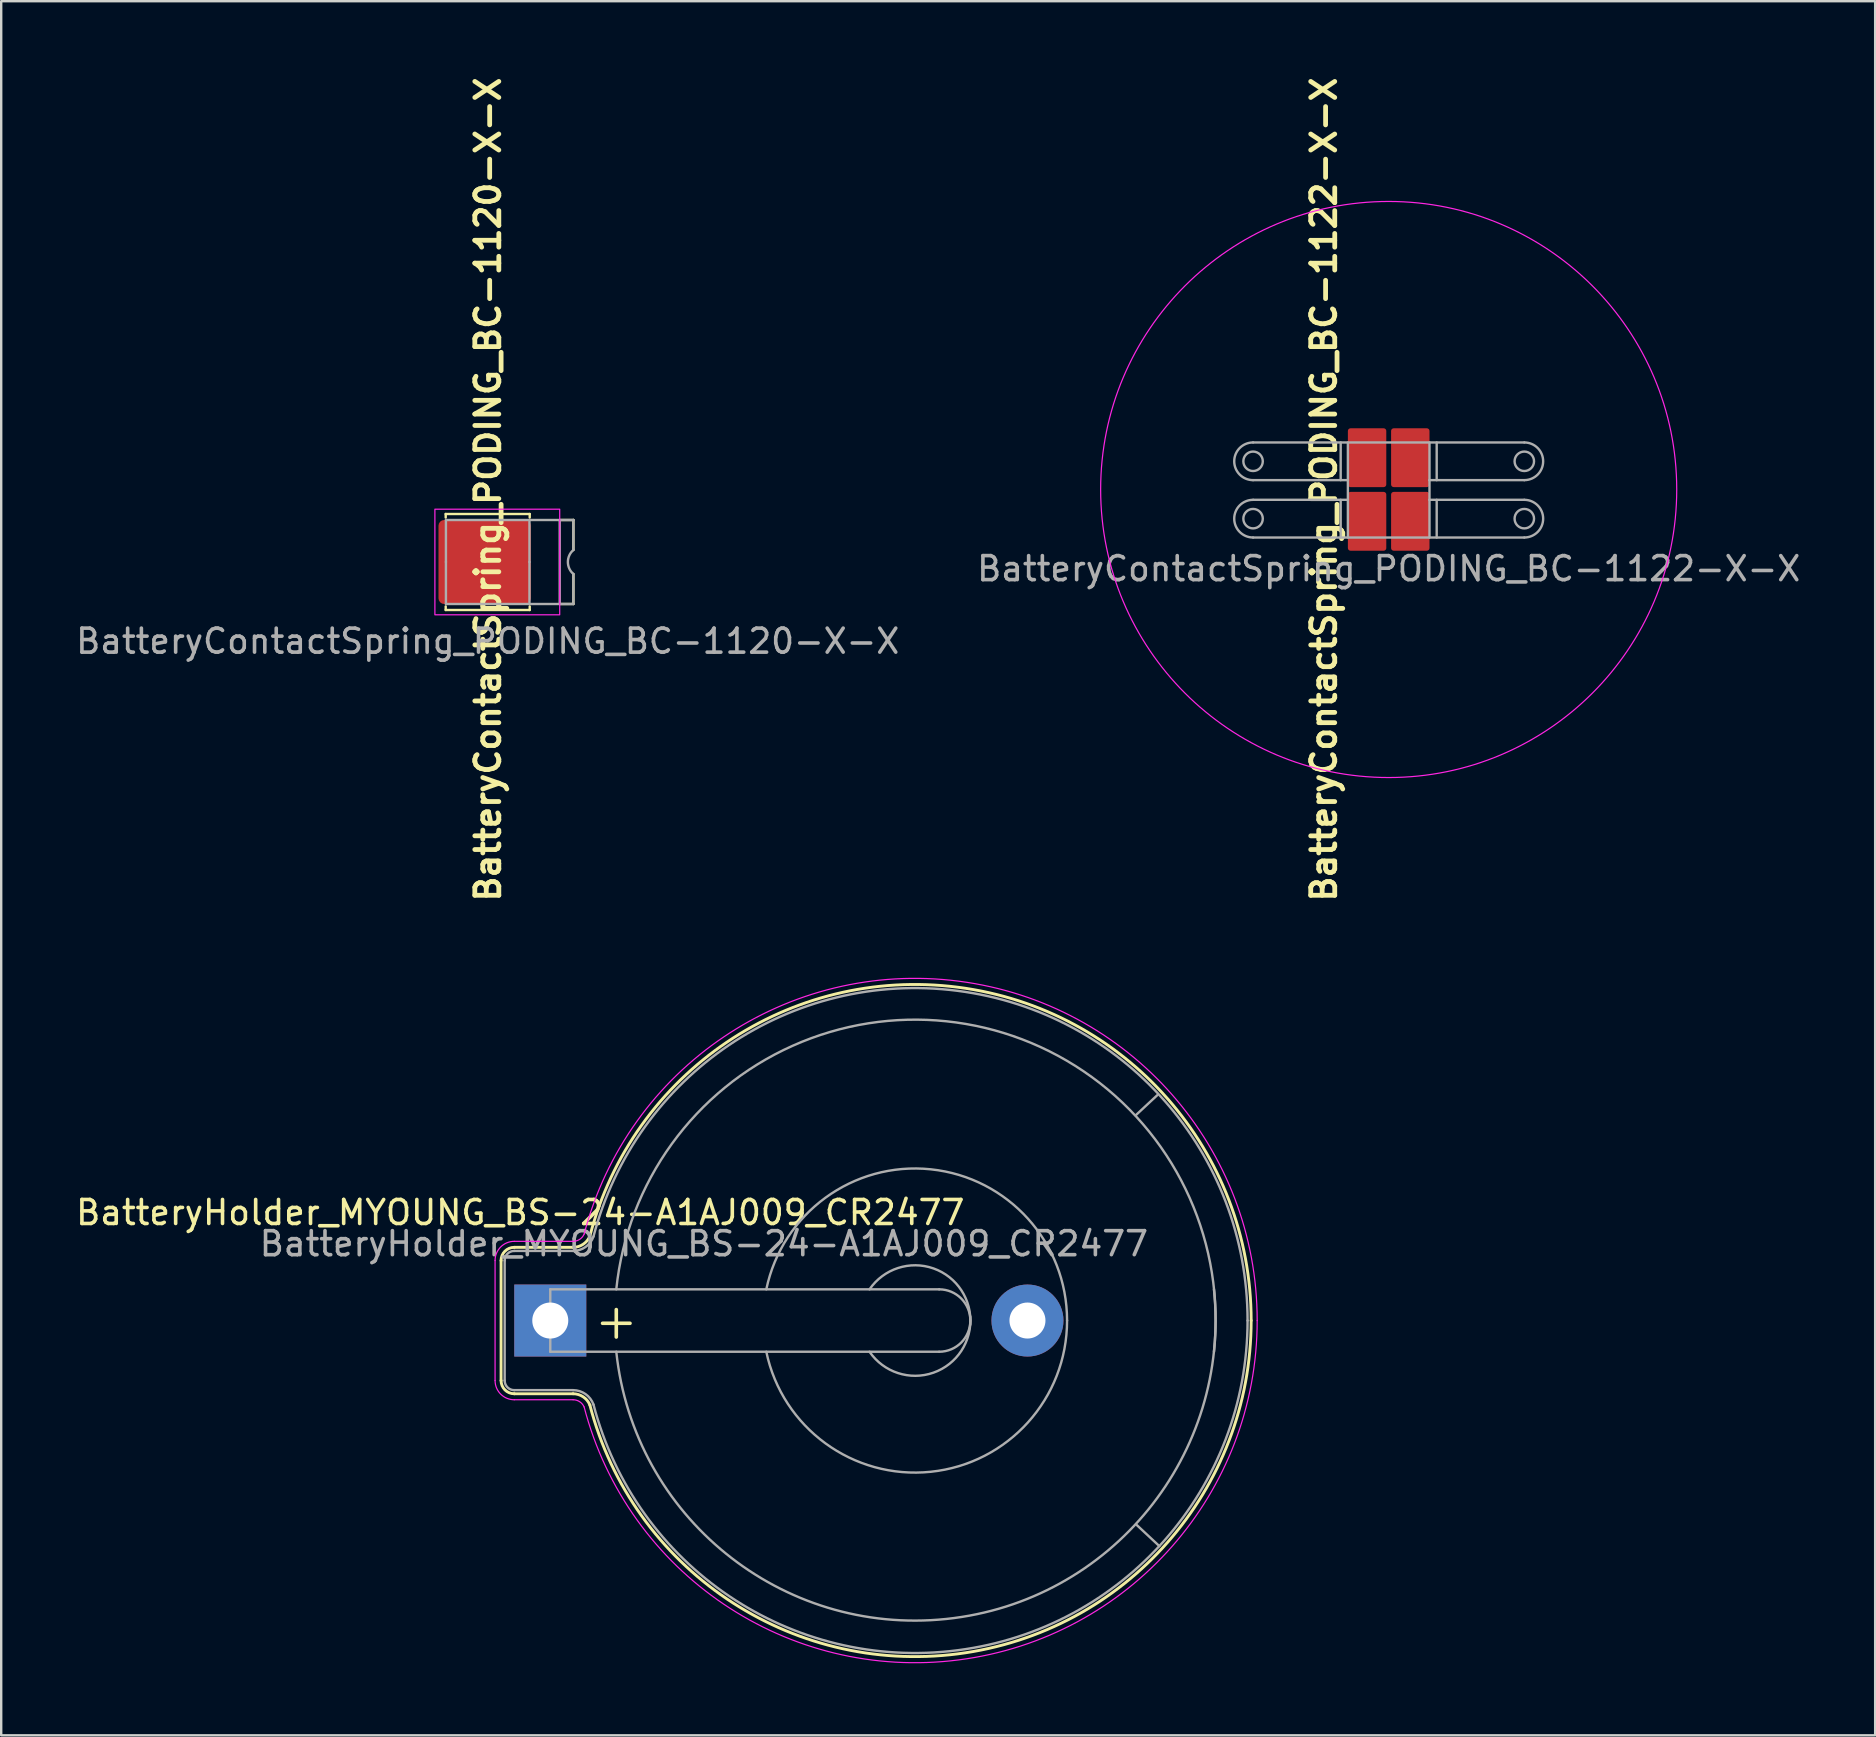
<source format=kicad_pcb>
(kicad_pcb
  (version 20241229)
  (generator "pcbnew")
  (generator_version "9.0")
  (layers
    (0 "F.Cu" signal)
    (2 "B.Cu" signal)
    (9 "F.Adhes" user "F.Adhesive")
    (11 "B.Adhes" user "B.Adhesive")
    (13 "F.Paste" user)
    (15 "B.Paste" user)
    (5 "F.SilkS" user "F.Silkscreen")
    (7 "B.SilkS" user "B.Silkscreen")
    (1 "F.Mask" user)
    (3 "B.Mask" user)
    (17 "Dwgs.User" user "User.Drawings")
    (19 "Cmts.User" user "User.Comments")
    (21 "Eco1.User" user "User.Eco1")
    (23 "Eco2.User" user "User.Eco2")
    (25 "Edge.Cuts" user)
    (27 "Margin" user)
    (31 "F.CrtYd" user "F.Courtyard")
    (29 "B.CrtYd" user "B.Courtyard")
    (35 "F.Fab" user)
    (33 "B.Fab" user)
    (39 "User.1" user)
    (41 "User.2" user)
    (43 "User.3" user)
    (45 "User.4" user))
  (footprint "BatteryHolder_MYOUNG_BS-24-A1AJ009_CR2477"
    (layer "F.Cu")
    (at 19.875 51.965)
    (property "Reference" "BatteryHolder_MYOUNG_BS-24-A1AJ009_CR2477" (at -1.25 -4.5 180) (layer "F.SilkS") (effects (font (size 1 1) (thickness 0.15))))
    (attr through_hole)
    (fp_line (start -2.05 -2.5) (end -2.05 2.5) (stroke (width 0.12) (type solid)) (layer "F.SilkS"))
    (fp_line (start -1.5 3.05) (end 0.95 3.05) (stroke (width 0.12) (type solid)) (layer "F.SilkS"))
    (fp_line (start 0.95 -3.05) (end -1.5 -3.05) (stroke (width 0.12) (type solid)) (layer "F.SilkS"))
    (fp_arc (start -2.05 -2.5) (mid -1.888909 -2.888909) (end -1.5 -3.05) (stroke (width 0.12) (type solid)) (layer "F.SilkS"))
    (fp_arc (start -1.5 3.05) (mid -1.888909 2.888909) (end -2.05 2.5) (stroke (width 0.12) (type solid)) (layer "F.SilkS"))
    (fp_arc (start 0.95 3.05) (mid 1.371575 3.178399) (end 1.65 3.52) (stroke (width 0.12) (type solid)) (layer "F.SilkS"))
    (fp_arc (start 1.65 -3.52) (mid 1.371574 -3.178401) (end 0.95 -3.05) (stroke (width 0.12) (type solid)) (layer "F.SilkS"))
    (fp_arc (start 1.65 -3.52) (mid 16.974433 -13.886953) (end 29.2 0) (stroke (width 0.12) (type solid)) (layer "F.SilkS"))
    (fp_arc (start 29.2 0) (mid 16.974433 13.886952) (end 1.65 3.52) (stroke (width 0.12) (type solid)) (layer "F.SilkS"))
    (fp_line (start -2.3 -2.5) (end -2.3 2.5) (stroke (width 0.05) (type solid)) (layer "F.CrtYd"))
    (fp_line (start -1.5 3.3) (end 0.95 3.3) (stroke (width 0.05) (type solid)) (layer "F.CrtYd"))
    (fp_line (start 0.95 -3.3) (end -1.5 -3.3) (stroke (width 0.05) (type solid)) (layer "F.CrtYd"))
    (fp_arc (start -2.3 -2.5) (mid -2.065685 -3.065685) (end -1.5 -3.3) (stroke (width 0.05) (type solid)) (layer "F.CrtYd"))
    (fp_arc (start -1.5 3.3) (mid -2.065685 3.065685) (end -2.3 2.5) (stroke (width 0.05) (type solid)) (layer "F.CrtYd"))
    (fp_arc (start 0.95 3.3) (mid 1.224591 3.381627) (end 1.41 3.6) (stroke (width 0.05) (type solid)) (layer "F.CrtYd"))
    (fp_arc (start 1.41 -3.6) (mid 1.224592 -3.381625) (end 0.95 -3.3) (stroke (width 0.05) (type solid)) (layer "F.CrtYd"))
    (fp_arc (start 1.41 -3.6) (mid 17.014123 -14.138563) (end 29.45 0) (stroke (width 0.05) (type solid)) (layer "F.CrtYd"))
    (fp_arc (start 29.45 0) (mid 17.014123 14.138563) (end 1.41 3.6) (stroke (width 0.05) (type solid)) (layer "F.CrtYd"))
    (fp_line (start -1.9 -2.5) (end -1.9 2.5) (stroke (width 0.1) (type solid)) (layer "F.Fab"))
    (fp_line (start -1.5 2.9) (end 0.95 2.9) (stroke (width 0.1) (type solid)) (layer "F.Fab"))
    (fp_line (start 0 -1.3) (end 0 1.3) (stroke (width 0.1) (type solid)) (layer "F.Fab"))
    (fp_line (start 0 1.3) (end 16.2 1.3) (stroke (width 0.1) (type solid)) (layer "F.Fab"))
    (fp_line (start 0.95 -2.9) (end -1.5 -2.9) (stroke (width 0.1) (type solid)) (layer "F.Fab"))
    (fp_line (start 16.2 -1.3) (end 0 -1.3) (stroke (width 0.1) (type solid)) (layer "F.Fab"))
    (fp_line (start 24.384 -8.547) (end 25.299 -9.399) (stroke (width 0.1) (type solid)) (layer "F.Fab"))
    (fp_line (start 24.409 8.496) (end 25.375 9.398) (stroke (width 0.1) (type solid)) (layer "F.Fab"))
    (fp_arc (start -1.9 -2.5) (mid -1.782843 -2.782843) (end -1.5 -2.9) (stroke (width 0.1) (type solid)) (layer "F.Fab"))
    (fp_arc (start -1.5 2.9) (mid -1.782843 2.782843) (end -1.9 2.5) (stroke (width 0.1) (type solid)) (layer "F.Fab"))
    (fp_arc (start 0.95 2.9) (mid 1.470218 3.065108) (end 1.8 3.5) (stroke (width 0.1) (type solid)) (layer "F.Fab"))
    (fp_arc (start 1.8 -3.5) (mid 1.470217 -3.065109) (end 0.95 -2.9) (stroke (width 0.1) (type solid)) (layer "F.Fab"))
    (fp_arc (start 1.8 -3.5) (mid 16.964356 -13.736686) (end 29.049508 0) (stroke (width 0.1) (type solid)) (layer "F.Fab"))
    (fp_arc (start 2.75 -1.3) (mid 16.5 -12.45) (end 27.65 1.3) (stroke (width 0.1) (type solid)) (layer "F.Fab"))
    (fp_arc (start 9 -1.3) (mid 15.851291 -6.300938) (end 21.53 0) (stroke (width 0.1) (type solid)) (layer "F.Fab"))
    (fp_arc (start 13.3 -1.3) (mid 15.963947 -2.171724) (end 17.495448 0.175833) (stroke (width 0.1) (type solid)) (layer "F.Fab"))
    (fp_arc (start 16.2 -1.3) (mid 17.5 0) (end 16.2 1.3) (stroke (width 0.1) (type solid)) (layer "F.Fab"))
    (fp_arc (start 17.495448 -0.175833) (mid 15.963947 2.171724) (end 13.3 1.3) (stroke (width 0.1) (type solid)) (layer "F.Fab"))
    (fp_arc (start 21.53 0) (mid 15.85129 6.300937) (end 9 1.3) (stroke (width 0.1) (type solid)) (layer "F.Fab"))
    (fp_arc (start 27.65 -1.3) (mid 16.5 12.45) (end 2.75 1.3) (stroke (width 0.1) (type solid)) (layer "F.Fab"))
    (fp_arc (start 29.049508 0) (mid 16.964356 13.736685) (end 1.8 3.5) (stroke (width 0.1) (type solid)) (layer "F.Fab"))
    (fp_text user "+" (at 2.75 0 180) (layer "F.SilkS") (effects (font (size 1.5 1.5) (thickness 0.15))))
    (fp_text user "${REFERENCE}" (at 6.4 -3.2 180) (layer "F.Fab") (effects (font (size 1 1) (thickness 0.15))))
    (pad "1" thru_hole rect (at 0 0) (size 3 3) (drill 1.5) (layers "*.Cu" "*.Mask"))
    (pad "2" thru_hole circle (at 19.88 0) (size 3 3) (drill 1.5) (layers "*.Cu" "*.Mask")))
  (footprint "BatteryContactSpring_PODING_BC-1120-X-X"
    (layer "F.Cu")
    (at 17.268 20.363)
    (property "Reference" "BatteryContactSpring_PODING_BC-1120-X-X" (at 0.011 -3.021 90) (unlocked yes) (layer "F.SilkS") (effects (font (size 1 1) (thickness 0.2) (bold yes))))
    (attr smd)
    (fp_line (start -1.75 -2) (end 1.75 -2) (stroke (width 0.1) (type default)) (layer "F.SilkS"))
    (fp_line (start -1.75 -1.85) (end -1.75 -2) (stroke (width 0.1) (type default)) (layer "F.SilkS"))
    (fp_line (start -1.75 1.85) (end -1.75 2) (stroke (width 0.1) (type default)) (layer "F.SilkS"))
    (fp_line (start -1.75 2) (end 1.75 2) (stroke (width 0.1) (type default)) (layer "F.SilkS"))
    (fp_line (start 1.75 -2) (end 1.75 -1.85) (stroke (width 0.1) (type default)) (layer "F.SilkS"))
    (fp_line (start 1.75 2) (end 1.75 1.85) (stroke (width 0.1) (type default)) (layer "F.SilkS"))
    (fp_line (start 3 -1.75) (end 3.57 -1.75) (stroke (width 0.1) (type default)) (layer "F.SilkS"))
    (fp_line (start 3 1.75) (end 3.57 1.75) (stroke (width 0.1) (type default)) (layer "F.SilkS"))
    (fp_line (start 3.57 1.75) (end 3.57 0.5) (stroke (width 0.1) (type default)) (layer "F.SilkS"))
    (fp_line (start 3.57 -1.75) (end 3.57 -0.5) (stroke (width 0.1) (type default)) (layer "F.SilkS"))
    (fp_poly (pts (xy -1.7 -1.5) (xy -0.3 -1.5) (xy -0.3 -0.2) (xy -1.7 -0.2)) (stroke (width 0.1) (type solid)) (fill yes) (layer "F.Paste"))
    (fp_poly (pts (xy -1.7 0.2) (xy -0.3 0.2) (xy -0.3 1.5) (xy -1.7 1.5)) (stroke (width 0.1) (type solid)) (fill yes) (layer "F.Paste"))
    (fp_poly (pts (xy 0.1 -1.5) (xy 1.5 -1.5) (xy 1.5 -0.2) (xy 0.1 -0.2)) (stroke (width 0.1) (type solid)) (fill yes) (layer "F.Paste"))
    (fp_poly (pts (xy 0.1 0.2) (xy 1.5 0.2) (xy 1.5 1.5) (xy 0.1 1.5)) (stroke (width 0.1) (type solid)) (fill yes) (layer "F.Paste"))
    (fp_poly (pts (xy -2.2 -2.2) (xy 3 -2.2) (xy 3 2.2) (xy -2.2 2.2)) (stroke (width 0.05) (type default)) (fill no) (layer "F.CrtYd"))
    (fp_line (start -1.74 0) (end -1.74 -1.75) (stroke (width 0.1) (type default)) (layer "F.Fab"))
    (fp_line (start -1.74 0) (end -1.74 1.75) (stroke (width 0.1) (type default)) (layer "F.Fab"))
    (fp_line (start -1.74 1.75) (end 1.74 1.75) (stroke (width 0.1) (type default)) (layer "F.Fab"))
    (fp_line (start 1.74 -1.75) (end -1.74 -1.75) (stroke (width 0.1) (type default)) (layer "F.Fab"))
    (fp_line (start 1.74 -1.75) (end 3.57 -1.75) (stroke (width 0.1) (type default)) (layer "F.Fab"))
    (fp_line (start 1.74 0) (end 1.74 -1.75) (stroke (width 0.1) (type default)) (layer "F.Fab"))
    (fp_line (start 1.74 0) (end 1.74 1.75) (stroke (width 0.1) (type default)) (layer "F.Fab"))
    (fp_line (start 1.74 1.75) (end 3.57 1.75) (stroke (width 0.1) (type default)) (layer "F.Fab"))
    (fp_line (start 3 -1.75) (end 3 1.75) (stroke (width 0.1) (type default)) (layer "F.Fab"))
    (fp_line (start 3.57 1.75) (end 3.57 0.5) (stroke (width 0.1) (type default)) (layer "F.Fab"))
    (fp_line (start 3.57 -1.75) (end 3.57 -0.5) (stroke (width 0.1) (type default)) (layer "F.Fab"))
    (fp_arc (start 3.57 0.5) (mid 3.340531 0) (end 3.57 -0.5) (stroke (width 0.1) (type default)) (layer "F.Fab"))
    (fp_text user "${REFERENCE}" (at 0 3.3 0) (unlocked yes) (layer "F.Fab") (effects (font (size 1 1) (thickness 0.15))))
    (pad "1" smd roundrect (at -0.125 0) (size 3.85 3.5) (layers "F.Cu" "F.Mask") (roundrect_rratio 0.068)))
  (footprint "BatteryContactSpring_PODING_BC-1122-X-X"
    (layer "F.Cu")
    (at 54.804 17.343)
    (property "Reference" "BatteryContactSpring_PODING_BC-1122-X-X" (at -2.7 0 90) (unlocked yes) (layer "F.SilkS") (effects (font (size 1 1) (thickness 0.2) (bold yes))))
    (attr smd)
    (fp_circle (center 0 0) (end 12 0) (stroke (width 0.05) (type default)) (fill no) (layer "F.CrtYd"))
    (fp_line (start -5.65 -1.96) (end 5.65 -1.96) (stroke (width 0.1) (type default)) (layer "F.Fab"))
    (fp_line (start -5.65 -0.39) (end -1.7 -0.39) (stroke (width 0.1) (type default)) (layer "F.Fab"))
    (fp_line (start -5.65 2) (end 5.65 2) (stroke (width 0.1) (type default)) (layer "F.Fab"))
    (fp_line (start -2 -0.39) (end -2 -1.96) (stroke (width 0.1) (type default)) (layer "F.Fab"))
    (fp_line (start -2 0.43) (end -2 2) (stroke (width 0.1) (type default)) (layer "F.Fab"))
    (fp_line (start -1.7 -0.39) (end -1.7 -1.96) (stroke (width 0.1) (type default)) (layer "F.Fab"))
    (fp_line (start -1.7 -0.39) (end -1.7 0.43) (stroke (width 0.1) (type default)) (layer "F.Fab"))
    (fp_line (start -1.7 0.43) (end -5.65 0.43) (stroke (width 0.1) (type default)) (layer "F.Fab"))
    (fp_line (start -1.7 0.43) (end -1.7 2) (stroke (width 0.1) (type default)) (layer "F.Fab"))
    (fp_line (start 1.7 -0.39) (end 1.7 -1.96) (stroke (width 0.1) (type default)) (layer "F.Fab"))
    (fp_line (start 1.7 -0.39) (end 1.7 0.43) (stroke (width 0.1) (type default)) (layer "F.Fab"))
    (fp_line (start 1.7 -0.39) (end 5.65 -0.39) (stroke (width 0.1) (type default)) (layer "F.Fab"))
    (fp_line (start 1.7 0.43) (end 1.7 2) (stroke (width 0.1) (type default)) (layer "F.Fab"))
    (fp_line (start 2 -0.39) (end 2 -1.96) (stroke (width 0.1) (type default)) (layer "F.Fab"))
    (fp_line (start 2 2) (end 2 0.43) (stroke (width 0.1) (type default)) (layer "F.Fab"))
    (fp_line (start 5.65 0.43) (end 1.7 0.43) (stroke (width 0.1) (type default)) (layer "F.Fab"))
    (fp_arc (start -5.65 -0.39) (mid -6.435 -1.175) (end -5.65 -1.96) (stroke (width 0.1) (type default)) (layer "F.Fab"))
    (fp_arc (start -5.65 2) (mid -6.435 1.215) (end -5.65 0.43) (stroke (width 0.1) (type default)) (layer "F.Fab"))
    (fp_arc (start 5.65 -1.96) (mid 6.435 -1.175) (end 5.65 -0.39) (stroke (width 0.1) (type default)) (layer "F.Fab"))
    (fp_arc (start 5.65 0.43) (mid 6.435 1.215) (end 5.65 2) (stroke (width 0.1) (type default)) (layer "F.Fab"))
    (fp_circle (center -5.65 -1.175) (end -5.65 -1.58) (stroke (width 0.1) (type default)) (fill no) (layer "F.Fab"))
    (fp_circle (center -5.65 1.215) (end -5.65 0.81) (stroke (width 0.1) (type default)) (fill no) (layer "F.Fab"))
    (fp_circle (center 5.65 -1.175) (end 5.65 -1.58) (stroke (width 0.1) (type default)) (fill no) (layer "F.Fab"))
    (fp_circle (center 5.65 1.215) (end 5.65 0.81) (stroke (width 0.1) (type default)) (fill no) (layer "F.Fab"))
    (fp_text user "${REFERENCE}" (at 0 3.3 0) (unlocked yes) (layer "F.Fab") (effects (font (size 1 1) (thickness 0.15))))
    (pad "1" smd roundrect (at -0.9 -1.325) (size 1.6 2.45) (layers "F.Cu" "F.Mask" "F.Paste") (roundrect_rratio 0.068))
    (pad "1" smd roundrect (at -0.9 1.325) (size 1.6 2.45) (layers "F.Cu" "F.Mask" "F.Paste") (roundrect_rratio 0.068))
    (pad "1" smd roundrect (at 0.9 -1.325) (size 1.6 2.45) (layers "F.Cu" "F.Mask" "F.Paste") (roundrect_rratio 0.068))
    (pad "1" smd roundrect (at 0.9 1.325) (size 1.6 2.45) (layers "F.Cu" "F.Mask" "F.Paste") (roundrect_rratio 0.068)))
  (gr_rect
    (start -3 -3)
    (end 75.071 69.245)
    (stroke (width 0.1) (type default))
    (fill no)
    (layer "Edge.Cuts")))
</source>
